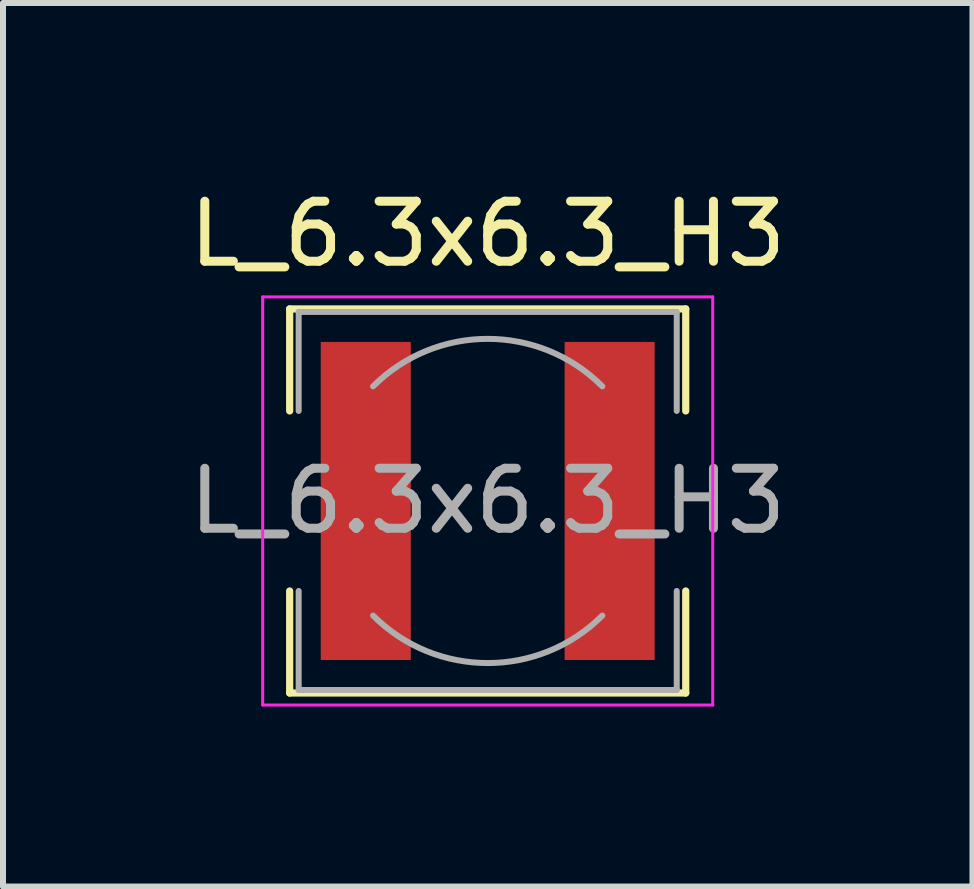
<source format=kicad_pcb>
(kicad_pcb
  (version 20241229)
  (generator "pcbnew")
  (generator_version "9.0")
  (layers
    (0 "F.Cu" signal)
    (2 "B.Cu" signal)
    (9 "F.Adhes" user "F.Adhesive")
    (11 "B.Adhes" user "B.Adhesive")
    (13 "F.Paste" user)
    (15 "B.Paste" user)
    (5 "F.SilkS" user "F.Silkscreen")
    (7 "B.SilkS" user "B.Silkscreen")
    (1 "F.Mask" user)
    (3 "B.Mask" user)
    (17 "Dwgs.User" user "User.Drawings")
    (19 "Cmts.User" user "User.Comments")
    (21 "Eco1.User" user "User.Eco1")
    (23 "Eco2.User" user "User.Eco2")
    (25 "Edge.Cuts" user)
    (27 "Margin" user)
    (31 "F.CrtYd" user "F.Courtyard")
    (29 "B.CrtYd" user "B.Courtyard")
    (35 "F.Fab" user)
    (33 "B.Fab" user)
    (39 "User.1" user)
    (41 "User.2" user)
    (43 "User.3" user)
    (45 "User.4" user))
  (footprint "L_6.3x6.3_H3"
    (layer "F.Cu")
    (at 5.077 5.298)
    (property "Reference" "L_6.3x6.3_H3" (at 0 -4.45 0) (layer "F.SilkS") (effects (font (size 1 1) (thickness 0.15))))
    (attr smd)
    (fp_line (start -3.3 -3.2) (end 3.3 -3.2) (stroke (width 0.12) (type solid)) (layer "F.SilkS"))
    (fp_line (start -3.3 -1.5) (end -3.3 -3.2) (stroke (width 0.12) (type solid)) (layer "F.SilkS"))
    (fp_line (start -3.3 3.2) (end -3.3 1.5) (stroke (width 0.12) (type solid)) (layer "F.SilkS"))
    (fp_line (start 3.3 -3.2) (end 3.3 -1.5) (stroke (width 0.12) (type solid)) (layer "F.SilkS"))
    (fp_line (start 3.3 1.5) (end 3.3 3.2) (stroke (width 0.12) (type solid)) (layer "F.SilkS"))
    (fp_line (start 3.3 3.2) (end -3.3 3.2) (stroke (width 0.12) (type solid)) (layer "F.SilkS"))
    (fp_line (start -3.75 -3.4) (end -3.75 3.4) (stroke (width 0.05) (type solid)) (layer "F.CrtYd"))
    (fp_line (start -3.75 3.4) (end 3.75 3.4) (stroke (width 0.05) (type solid)) (layer "F.CrtYd"))
    (fp_line (start 3.75 -3.4) (end -3.75 -3.4) (stroke (width 0.05) (type solid)) (layer "F.CrtYd"))
    (fp_line (start 3.75 3.4) (end 3.75 -3.4) (stroke (width 0.05) (type solid)) (layer "F.CrtYd"))
    (fp_line (start -3.15 -3.15) (end -3.15 -1.5) (stroke (width 0.1) (type solid)) (layer "F.Fab"))
    (fp_line (start -3.15 -3.15) (end 3.15 -3.15) (stroke (width 0.1) (type solid)) (layer "F.Fab"))
    (fp_line (start -3.15 3.15) (end -3.15 1.5) (stroke (width 0.1) (type solid)) (layer "F.Fab"))
    (fp_line (start -3.15 3.15) (end 3.15 3.15) (stroke (width 0.1) (type solid)) (layer "F.Fab"))
    (fp_line (start 3.15 -3.15) (end 3.15 -1.5) (stroke (width 0.1) (type solid)) (layer "F.Fab"))
    (fp_line (start 3.15 3.15) (end 3.15 1.5) (stroke (width 0.1) (type solid)) (layer "F.Fab"))
    (fp_arc (start -1.91 -1.91) (mid 0 -2.701148) (end 1.91 -1.91) (stroke (width 0.1) (type solid)) (layer "F.Fab"))
    (fp_arc (start 1.91 1.91) (mid 0 2.701148) (end -1.91 1.91) (stroke (width 0.1) (type solid)) (layer "F.Fab"))
    (fp_text user "${REFERENCE}" (at 0 0 0) (layer "F.Fab") (effects (font (size 1 1) (thickness 0.15))))
    (pad "1" smd rect (at -2.032 0) (size 1.5 5.3) (layers "F.Cu" "F.Mask" "F.Paste"))
    (pad "2" smd rect (at 2.032 0) (size 1.5 5.3) (layers "F.Cu" "F.Mask" "F.Paste")))
  (gr_rect
    (start -3 -3)
    (end 13.155 11.723)
    (stroke (width 0.1) (type default))
    (fill no)
    (layer "Edge.Cuts")))
</source>
